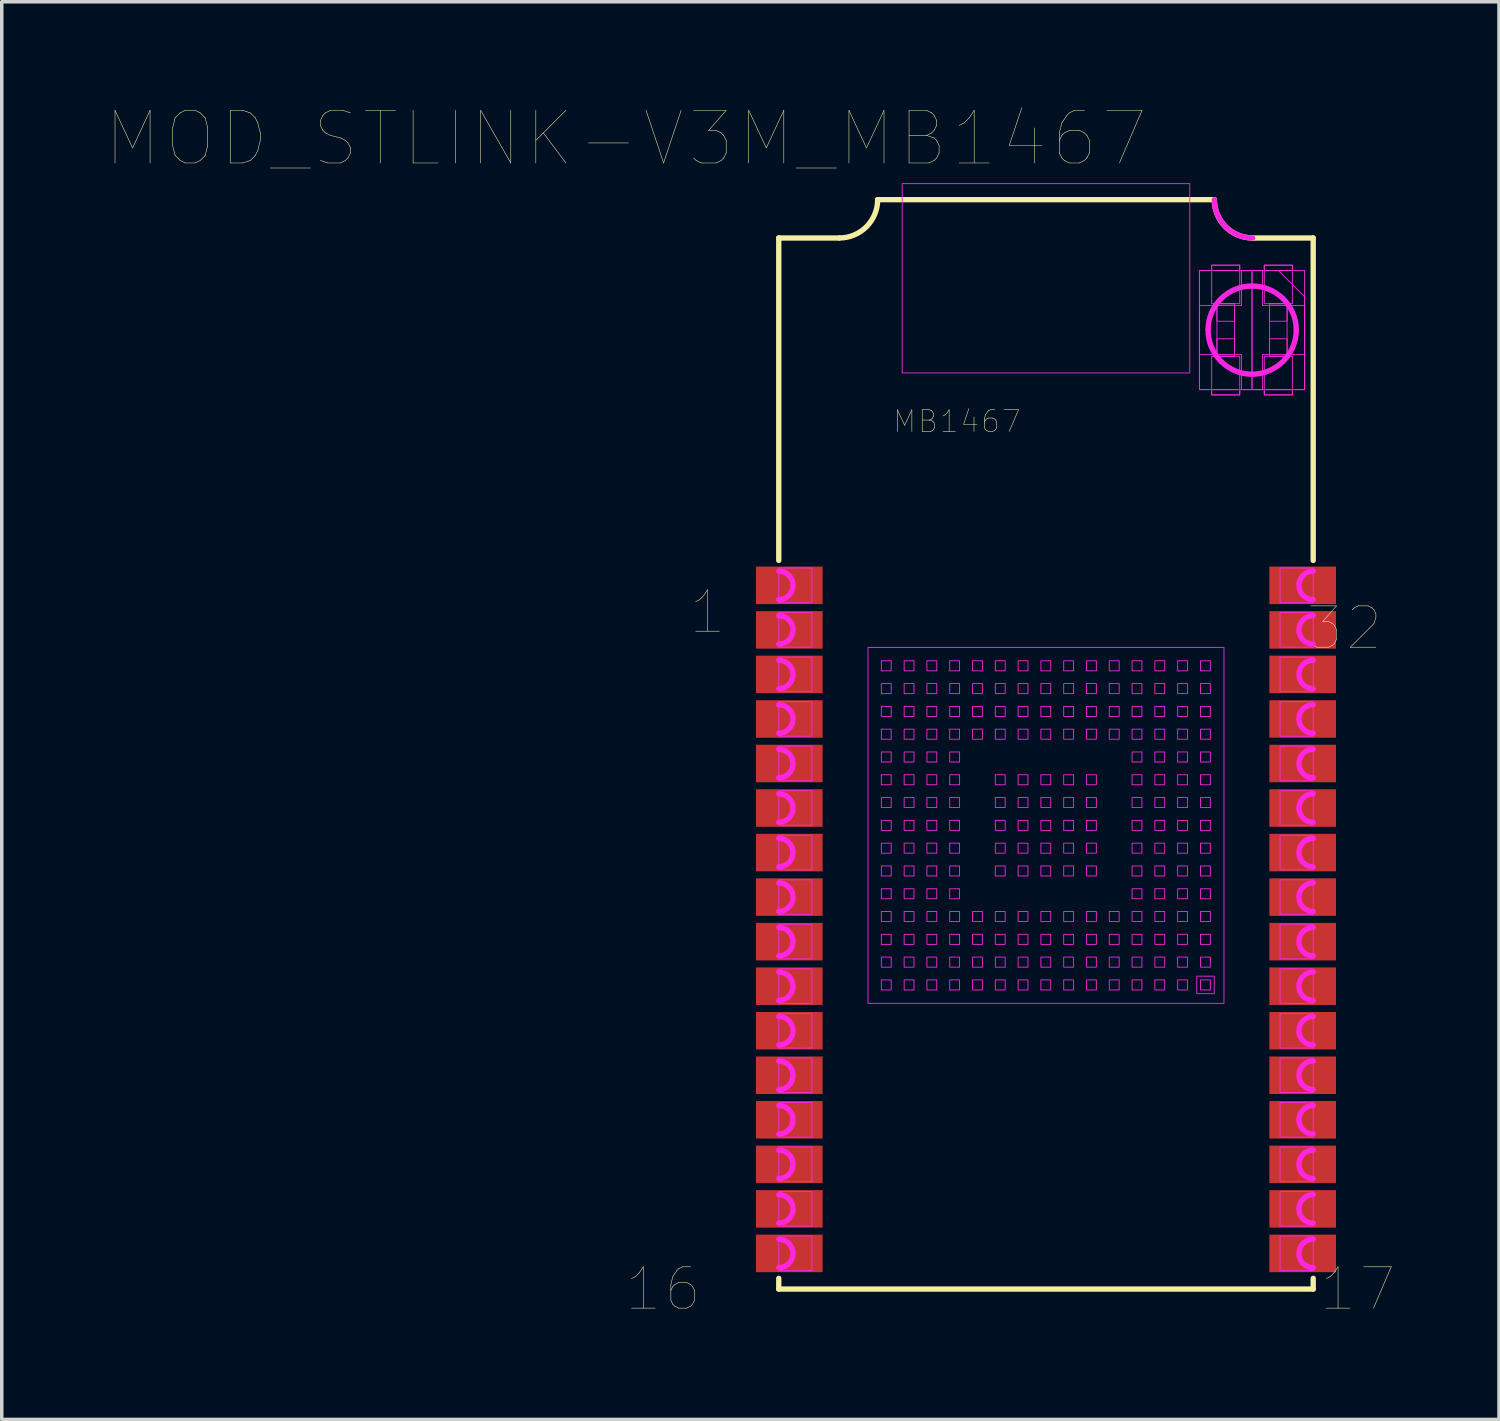
<source format=kicad_pcb>
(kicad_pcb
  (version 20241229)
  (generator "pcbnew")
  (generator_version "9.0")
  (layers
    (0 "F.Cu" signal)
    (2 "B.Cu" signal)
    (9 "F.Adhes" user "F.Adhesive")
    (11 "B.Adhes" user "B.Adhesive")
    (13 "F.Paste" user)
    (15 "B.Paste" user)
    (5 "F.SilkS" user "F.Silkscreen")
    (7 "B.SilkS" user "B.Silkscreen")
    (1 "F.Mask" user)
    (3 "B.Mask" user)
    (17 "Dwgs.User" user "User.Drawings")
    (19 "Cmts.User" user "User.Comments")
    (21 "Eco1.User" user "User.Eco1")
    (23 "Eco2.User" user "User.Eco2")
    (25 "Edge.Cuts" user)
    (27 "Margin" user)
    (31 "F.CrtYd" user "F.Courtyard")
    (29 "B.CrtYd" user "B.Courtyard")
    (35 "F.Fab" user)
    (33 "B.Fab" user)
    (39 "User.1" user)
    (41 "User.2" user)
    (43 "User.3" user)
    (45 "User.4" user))
  (footprint "MOD_STLINK-V3M_MB1467"
    (layer "F.Cu")
    (at 26.777 3.736)
    (property "Reference" "MOD_STLINK-V3M_MB1467" (at -11.976 -2.832 0) (layer "F.SilkS") (effects (font (size 1.5 1.5) (thickness 0.015))))
    (attr through_hole)
    (fp_line (start -7.62 0) (end -5.893 0) (stroke (width 0.152) (type solid)) (layer "F.SilkS"))
    (fp_line (start -7.62 9.195) (end -7.62 0) (stroke (width 0.152) (type solid)) (layer "F.SilkS"))
    (fp_line (start -7.62 29.972) (end -7.62 29.667) (stroke (width 0.152) (type solid)) (layer "F.SilkS"))
    (fp_line (start -7.62 29.972) (end 7.62 29.972) (stroke (width 0.152) (type solid)) (layer "F.SilkS"))
    (fp_line (start -4.801 -1.092) (end 4.801 -1.092) (stroke (width 0.152) (type solid)) (layer "F.SilkS"))
    (fp_line (start 5.893 0) (end 7.62 0) (stroke (width 0.152) (type solid)) (layer "F.SilkS"))
    (fp_line (start 7.62 9.195) (end 7.62 0) (stroke (width 0.152) (type solid)) (layer "F.SilkS"))
    (fp_line (start 7.62 29.972) (end 7.62 29.667) (stroke (width 0.152) (type solid)) (layer "F.SilkS"))
    (fp_arc (start -4.8006 -1.0922) (mid -5.120498 -0.319898) (end -5.8928 0) (stroke (width 0.1524) (type solid)) (layer "F.SilkS"))
    (fp_arc (start 5.8928 0) (mid 5.120498 -0.319898) (end 4.8006 -1.0922) (stroke (width 0.1524) (type solid)) (layer "F.SilkS"))
    (fp_arc (start -7.62 9.4996) (mid -7.2136 9.906) (end -7.62 10.3124) (stroke (width 0.1524) (type solid)) (layer "F.CrtYd"))
    (fp_arc (start -7.62 10.7696) (mid -7.2136 11.176) (end -7.62 11.5824) (stroke (width 0.1524) (type solid)) (layer "F.CrtYd"))
    (fp_arc (start -7.62 12.0396) (mid -7.2136 12.446) (end -7.62 12.8524) (stroke (width 0.1524) (type solid)) (layer "F.CrtYd"))
    (fp_arc (start -7.62 13.3096) (mid -7.2136 13.716) (end -7.62 14.1224) (stroke (width 0.1524) (type solid)) (layer "F.CrtYd"))
    (fp_arc (start -7.62 14.5796) (mid -7.2136 14.986) (end -7.62 15.3924) (stroke (width 0.1524) (type solid)) (layer "F.CrtYd"))
    (fp_arc (start -7.62 15.8496) (mid -7.2136 16.256) (end -7.62 16.6624) (stroke (width 0.1524) (type solid)) (layer "F.CrtYd"))
    (fp_arc (start -7.62 17.1196) (mid -7.2136 17.526) (end -7.62 17.9324) (stroke (width 0.1524) (type solid)) (layer "F.CrtYd"))
    (fp_arc (start -7.62 18.3896) (mid -7.2136 18.796) (end -7.62 19.2024) (stroke (width 0.1524) (type solid)) (layer "F.CrtYd"))
    (fp_arc (start -7.62 19.6596) (mid -7.2136 20.066) (end -7.62 20.4724) (stroke (width 0.1524) (type solid)) (layer "F.CrtYd"))
    (fp_arc (start -7.62 20.9296) (mid -7.2136 21.336) (end -7.62 21.7424) (stroke (width 0.1524) (type solid)) (layer "F.CrtYd"))
    (fp_arc (start -7.62 22.1996) (mid -7.2136 22.606) (end -7.62 23.0124) (stroke (width 0.1524) (type solid)) (layer "F.CrtYd"))
    (fp_arc (start -7.62 23.4696) (mid -7.2136 23.876) (end -7.62 24.2824) (stroke (width 0.1524) (type solid)) (layer "F.CrtYd"))
    (fp_arc (start -7.62 24.7396) (mid -7.2136 25.146) (end -7.62 25.5524) (stroke (width 0.1524) (type solid)) (layer "F.CrtYd"))
    (fp_arc (start -7.62 26.0096) (mid -7.2136 26.416) (end -7.62 26.8224) (stroke (width 0.1524) (type solid)) (layer "F.CrtYd"))
    (fp_arc (start -7.62 27.2796) (mid -7.2136 27.686) (end -7.62 28.0924) (stroke (width 0.1524) (type solid)) (layer "F.CrtYd"))
    (fp_arc (start -7.62 28.5496) (mid -7.2136 28.956) (end -7.62 29.3624) (stroke (width 0.1524) (type solid)) (layer "F.CrtYd"))
    (fp_arc (start 4.6228 2.6162) (mid 4.987335 1.736135) (end 5.8674 1.3716) (stroke (width 0.1524) (type solid)) (layer "F.CrtYd"))
    (fp_arc (start 5.8674 1.3716) (mid 6.760165 1.730874) (end 7.1374 2.6162) (stroke (width 0.1524) (type solid)) (layer "F.CrtYd"))
    (fp_arc (start 5.8674 3.8862) (mid 4.982074 3.508965) (end 4.6228 2.6162) (stroke (width 0.1524) (type solid)) (layer "F.CrtYd"))
    (fp_arc (start 5.892799 0) (mid 5.123284 -0.322685) (end 4.8006 -1.0922) (stroke (width 0.1524) (type solid)) (layer "F.CrtYd"))
    (fp_arc (start 7.1374 2.6162) (mid 6.765426 3.514226) (end 5.8674 3.8862) (stroke (width 0.1524) (type solid)) (layer "F.CrtYd"))
    (fp_arc (start 7.62 10.3124) (mid 7.2136 9.906) (end 7.62 9.4996) (stroke (width 0.1524) (type solid)) (layer "F.CrtYd"))
    (fp_arc (start 7.62 11.5824) (mid 7.2136 11.176) (end 7.62 10.7696) (stroke (width 0.1524) (type solid)) (layer "F.CrtYd"))
    (fp_arc (start 7.62 12.8524) (mid 7.2136 12.446) (end 7.62 12.0396) (stroke (width 0.1524) (type solid)) (layer "F.CrtYd"))
    (fp_arc (start 7.62 14.1224) (mid 7.2136 13.716) (end 7.62 13.3096) (stroke (width 0.1524) (type solid)) (layer "F.CrtYd"))
    (fp_arc (start 7.62 15.3924) (mid 7.2136 14.986) (end 7.62 14.5796) (stroke (width 0.1524) (type solid)) (layer "F.CrtYd"))
    (fp_arc (start 7.62 16.6624) (mid 7.2136 16.256) (end 7.62 15.8496) (stroke (width 0.1524) (type solid)) (layer "F.CrtYd"))
    (fp_arc (start 7.62 17.9324) (mid 7.2136 17.526) (end 7.62 17.1196) (stroke (width 0.1524) (type solid)) (layer "F.CrtYd"))
    (fp_arc (start 7.62 19.2024) (mid 7.2136 18.796) (end 7.62 18.3896) (stroke (width 0.1524) (type solid)) (layer "F.CrtYd"))
    (fp_arc (start 7.62 20.4724) (mid 7.2136 20.066) (end 7.62 19.6596) (stroke (width 0.1524) (type solid)) (layer "F.CrtYd"))
    (fp_arc (start 7.62 21.7424) (mid 7.2136 21.336) (end 7.62 20.9296) (stroke (width 0.1524) (type solid)) (layer "F.CrtYd"))
    (fp_arc (start 7.62 23.0124) (mid 7.2136 22.606) (end 7.62 22.1996) (stroke (width 0.1524) (type solid)) (layer "F.CrtYd"))
    (fp_arc (start 7.62 24.2824) (mid 7.2136 23.876) (end 7.62 23.4696) (stroke (width 0.1524) (type solid)) (layer "F.CrtYd"))
    (fp_arc (start 7.62 25.5524) (mid 7.2136 25.146) (end 7.62 24.7396) (stroke (width 0.1524) (type solid)) (layer "F.CrtYd"))
    (fp_arc (start 7.62 26.8224) (mid 7.2136 26.416) (end 7.62 26.0096) (stroke (width 0.1524) (type solid)) (layer "F.CrtYd"))
    (fp_arc (start 7.62 28.0924) (mid 7.2136 27.686) (end 7.62 27.2796) (stroke (width 0.1524) (type solid)) (layer "F.CrtYd"))
    (fp_arc (start 7.62 29.3624) (mid 7.2136 28.956) (end 7.62 28.5496) (stroke (width 0.1524) (type solid)) (layer "F.CrtYd"))
    (fp_poly (pts (xy -5.075 21.825) (xy -5.075 11.675) (xy 5.075 11.675) (xy 5.075 21.825)) (stroke (width 0.025) (type solid)) (fill no) (layer "F.CrtYd"))
    (fp_poly (pts (xy -4.695 12.343) (xy -4.695 12.057) (xy -4.414 12.057) (xy -4.414 12.343)) (stroke (width 0.025) (type solid)) (fill no) (layer "F.CrtYd"))
    (fp_poly (pts (xy -4.695 12.993) (xy -4.695 12.707) (xy -4.414 12.707) (xy -4.414 12.993)) (stroke (width 0.025) (type solid)) (fill no) (layer "F.CrtYd"))
    (fp_poly (pts (xy -4.695 13.643) (xy -4.695 13.357) (xy -4.414 13.357) (xy -4.414 13.643)) (stroke (width 0.025) (type solid)) (fill no) (layer "F.CrtYd"))
    (fp_poly (pts (xy -4.695 14.293) (xy -4.695 14.007) (xy -4.414 14.007) (xy -4.414 14.293)) (stroke (width 0.025) (type solid)) (fill no) (layer "F.CrtYd"))
    (fp_poly (pts (xy -4.695 14.943) (xy -4.695 14.657) (xy -4.414 14.657) (xy -4.414 14.943)) (stroke (width 0.025) (type solid)) (fill no) (layer "F.CrtYd"))
    (fp_poly (pts (xy -4.695 15.593) (xy -4.695 15.307) (xy -4.414 15.307) (xy -4.414 15.593)) (stroke (width 0.025) (type solid)) (fill no) (layer "F.CrtYd"))
    (fp_poly (pts (xy -4.695 16.243) (xy -4.695 15.957) (xy -4.414 15.957) (xy -4.414 16.243)) (stroke (width 0.025) (type solid)) (fill no) (layer "F.CrtYd"))
    (fp_poly (pts (xy -4.695 16.893) (xy -4.695 16.607) (xy -4.414 16.607) (xy -4.414 16.893)) (stroke (width 0.025) (type solid)) (fill no) (layer "F.CrtYd"))
    (fp_poly (pts (xy -4.695 17.543) (xy -4.695 17.257) (xy -4.414 17.257) (xy -4.414 17.543)) (stroke (width 0.025) (type solid)) (fill no) (layer "F.CrtYd"))
    (fp_poly (pts (xy -4.695 18.193) (xy -4.695 17.907) (xy -4.414 17.907) (xy -4.414 18.193)) (stroke (width 0.025) (type solid)) (fill no) (layer "F.CrtYd"))
    (fp_poly (pts (xy -4.695 18.843) (xy -4.695 18.557) (xy -4.414 18.557) (xy -4.414 18.843)) (stroke (width 0.025) (type solid)) (fill no) (layer "F.CrtYd"))
    (fp_poly (pts (xy -4.695 19.493) (xy -4.695 19.207) (xy -4.414 19.207) (xy -4.414 19.493)) (stroke (width 0.025) (type solid)) (fill no) (layer "F.CrtYd"))
    (fp_poly (pts (xy -4.695 20.143) (xy -4.695 19.857) (xy -4.414 19.857) (xy -4.414 20.143)) (stroke (width 0.025) (type solid)) (fill no) (layer "F.CrtYd"))
    (fp_poly (pts (xy -4.695 20.793) (xy -4.695 20.507) (xy -4.414 20.507) (xy -4.414 20.793)) (stroke (width 0.025) (type solid)) (fill no) (layer "F.CrtYd"))
    (fp_poly (pts (xy -4.695 21.443) (xy -4.695 21.157) (xy -4.414 21.157) (xy -4.414 21.443)) (stroke (width 0.025) (type solid)) (fill no) (layer "F.CrtYd"))
    (fp_poly (pts (xy -4.1 3.85) (xy -4.1 -1.55) (xy 4.1 -1.55) (xy 4.1 3.85)) (stroke (width 0.025) (type solid)) (fill no) (layer "F.CrtYd"))
    (fp_poly (pts (xy -4.045 12.343) (xy -4.045 12.057) (xy -3.764 12.057) (xy -3.764 12.343)) (stroke (width 0.025) (type solid)) (fill no) (layer "F.CrtYd"))
    (fp_poly (pts (xy -4.045 12.993) (xy -4.045 12.707) (xy -3.764 12.707) (xy -3.764 12.993)) (stroke (width 0.025) (type solid)) (fill no) (layer "F.CrtYd"))
    (fp_poly (pts (xy -4.045 13.643) (xy -4.045 13.357) (xy -3.764 13.357) (xy -3.764 13.643)) (stroke (width 0.025) (type solid)) (fill no) (layer "F.CrtYd"))
    (fp_poly (pts (xy -4.045 14.293) (xy -4.045 14.007) (xy -3.764 14.007) (xy -3.764 14.293)) (stroke (width 0.025) (type solid)) (fill no) (layer "F.CrtYd"))
    (fp_poly (pts (xy -4.045 14.943) (xy -4.045 14.657) (xy -3.764 14.657) (xy -3.764 14.943)) (stroke (width 0.025) (type solid)) (fill no) (layer "F.CrtYd"))
    (fp_poly (pts (xy -4.045 15.593) (xy -4.045 15.307) (xy -3.764 15.307) (xy -3.764 15.593)) (stroke (width 0.025) (type solid)) (fill no) (layer "F.CrtYd"))
    (fp_poly (pts (xy -4.045 16.243) (xy -4.045 15.957) (xy -3.764 15.957) (xy -3.764 16.243)) (stroke (width 0.025) (type solid)) (fill no) (layer "F.CrtYd"))
    (fp_poly (pts (xy -4.045 16.893) (xy -4.045 16.607) (xy -3.764 16.607) (xy -3.764 16.893)) (stroke (width 0.025) (type solid)) (fill no) (layer "F.CrtYd"))
    (fp_poly (pts (xy -4.045 17.543) (xy -4.045 17.257) (xy -3.764 17.257) (xy -3.764 17.543)) (stroke (width 0.025) (type solid)) (fill no) (layer "F.CrtYd"))
    (fp_poly (pts (xy -4.045 18.193) (xy -4.045 17.907) (xy -3.764 17.907) (xy -3.764 18.193)) (stroke (width 0.025) (type solid)) (fill no) (layer "F.CrtYd"))
    (fp_poly (pts (xy -4.045 18.843) (xy -4.045 18.557) (xy -3.764 18.557) (xy -3.764 18.843)) (stroke (width 0.025) (type solid)) (fill no) (layer "F.CrtYd"))
    (fp_poly (pts (xy -4.045 19.493) (xy -4.045 19.207) (xy -3.764 19.207) (xy -3.764 19.493)) (stroke (width 0.025) (type solid)) (fill no) (layer "F.CrtYd"))
    (fp_poly (pts (xy -4.045 20.143) (xy -4.045 19.857) (xy -3.764 19.857) (xy -3.764 20.143)) (stroke (width 0.025) (type solid)) (fill no) (layer "F.CrtYd"))
    (fp_poly (pts (xy -4.045 20.793) (xy -4.045 20.507) (xy -3.764 20.507) (xy -3.764 20.793)) (stroke (width 0.025) (type solid)) (fill no) (layer "F.CrtYd"))
    (fp_poly (pts (xy -4.045 21.443) (xy -4.045 21.157) (xy -3.764 21.157) (xy -3.764 21.443)) (stroke (width 0.025) (type solid)) (fill no) (layer "F.CrtYd"))
    (fp_poly (pts (xy -3.395 12.343) (xy -3.395 12.057) (xy -3.114 12.057) (xy -3.114 12.343)) (stroke (width 0.025) (type solid)) (fill no) (layer "F.CrtYd"))
    (fp_poly (pts (xy -3.395 12.993) (xy -3.395 12.707) (xy -3.114 12.707) (xy -3.114 12.993)) (stroke (width 0.025) (type solid)) (fill no) (layer "F.CrtYd"))
    (fp_poly (pts (xy -3.395 13.643) (xy -3.395 13.357) (xy -3.114 13.357) (xy -3.114 13.643)) (stroke (width 0.025) (type solid)) (fill no) (layer "F.CrtYd"))
    (fp_poly (pts (xy -3.395 14.293) (xy -3.395 14.007) (xy -3.114 14.007) (xy -3.114 14.293)) (stroke (width 0.025) (type solid)) (fill no) (layer "F.CrtYd"))
    (fp_poly (pts (xy -3.395 14.943) (xy -3.395 14.657) (xy -3.114 14.657) (xy -3.114 14.943)) (stroke (width 0.025) (type solid)) (fill no) (layer "F.CrtYd"))
    (fp_poly (pts (xy -3.395 15.593) (xy -3.395 15.307) (xy -3.114 15.307) (xy -3.114 15.593)) (stroke (width 0.025) (type solid)) (fill no) (layer "F.CrtYd"))
    (fp_poly (pts (xy -3.395 16.243) (xy -3.395 15.957) (xy -3.114 15.957) (xy -3.114 16.243)) (stroke (width 0.025) (type solid)) (fill no) (layer "F.CrtYd"))
    (fp_poly (pts (xy -3.395 16.893) (xy -3.395 16.607) (xy -3.114 16.607) (xy -3.114 16.893)) (stroke (width 0.025) (type solid)) (fill no) (layer "F.CrtYd"))
    (fp_poly (pts (xy -3.395 17.543) (xy -3.395 17.257) (xy -3.114 17.257) (xy -3.114 17.543)) (stroke (width 0.025) (type solid)) (fill no) (layer "F.CrtYd"))
    (fp_poly (pts (xy -3.395 18.193) (xy -3.395 17.907) (xy -3.114 17.907) (xy -3.114 18.193)) (stroke (width 0.025) (type solid)) (fill no) (layer "F.CrtYd"))
    (fp_poly (pts (xy -3.395 18.843) (xy -3.395 18.557) (xy -3.114 18.557) (xy -3.114 18.843)) (stroke (width 0.025) (type solid)) (fill no) (layer "F.CrtYd"))
    (fp_poly (pts (xy -3.395 19.493) (xy -3.395 19.207) (xy -3.114 19.207) (xy -3.114 19.493)) (stroke (width 0.025) (type solid)) (fill no) (layer "F.CrtYd"))
    (fp_poly (pts (xy -3.395 20.143) (xy -3.395 19.857) (xy -3.114 19.857) (xy -3.114 20.143)) (stroke (width 0.025) (type solid)) (fill no) (layer "F.CrtYd"))
    (fp_poly (pts (xy -3.395 20.793) (xy -3.395 20.507) (xy -3.114 20.507) (xy -3.114 20.793)) (stroke (width 0.025) (type solid)) (fill no) (layer "F.CrtYd"))
    (fp_poly (pts (xy -3.395 21.443) (xy -3.395 21.157) (xy -3.114 21.157) (xy -3.114 21.443)) (stroke (width 0.025) (type solid)) (fill no) (layer "F.CrtYd"))
    (fp_poly (pts (xy -2.745 12.343) (xy -2.745 12.057) (xy -2.464 12.057) (xy -2.464 12.343)) (stroke (width 0.025) (type solid)) (fill no) (layer "F.CrtYd"))
    (fp_poly (pts (xy -2.745 12.993) (xy -2.745 12.707) (xy -2.464 12.707) (xy -2.464 12.993)) (stroke (width 0.025) (type solid)) (fill no) (layer "F.CrtYd"))
    (fp_poly (pts (xy -2.745 13.643) (xy -2.745 13.357) (xy -2.464 13.357) (xy -2.464 13.643)) (stroke (width 0.025) (type solid)) (fill no) (layer "F.CrtYd"))
    (fp_poly (pts (xy -2.745 14.293) (xy -2.745 14.007) (xy -2.464 14.007) (xy -2.464 14.293)) (stroke (width 0.025) (type solid)) (fill no) (layer "F.CrtYd"))
    (fp_poly (pts (xy -2.745 14.943) (xy -2.745 14.657) (xy -2.464 14.657) (xy -2.464 14.943)) (stroke (width 0.025) (type solid)) (fill no) (layer "F.CrtYd"))
    (fp_poly (pts (xy -2.745 15.593) (xy -2.745 15.307) (xy -2.464 15.307) (xy -2.464 15.593)) (stroke (width 0.025) (type solid)) (fill no) (layer "F.CrtYd"))
    (fp_poly (pts (xy -2.745 16.243) (xy -2.745 15.957) (xy -2.464 15.957) (xy -2.464 16.243)) (stroke (width 0.025) (type solid)) (fill no) (layer "F.CrtYd"))
    (fp_poly (pts (xy -2.745 16.893) (xy -2.745 16.607) (xy -2.464 16.607) (xy -2.464 16.893)) (stroke (width 0.025) (type solid)) (fill no) (layer "F.CrtYd"))
    (fp_poly (pts (xy -2.745 17.543) (xy -2.745 17.257) (xy -2.464 17.257) (xy -2.464 17.543)) (stroke (width 0.025) (type solid)) (fill no) (layer "F.CrtYd"))
    (fp_poly (pts (xy -2.745 18.193) (xy -2.745 17.907) (xy -2.464 17.907) (xy -2.464 18.193)) (stroke (width 0.025) (type solid)) (fill no) (layer "F.CrtYd"))
    (fp_poly (pts (xy -2.745 18.843) (xy -2.745 18.557) (xy -2.464 18.557) (xy -2.464 18.843)) (stroke (width 0.025) (type solid)) (fill no) (layer "F.CrtYd"))
    (fp_poly (pts (xy -2.745 19.493) (xy -2.745 19.207) (xy -2.464 19.207) (xy -2.464 19.493)) (stroke (width 0.025) (type solid)) (fill no) (layer "F.CrtYd"))
    (fp_poly (pts (xy -2.745 20.143) (xy -2.745 19.857) (xy -2.464 19.857) (xy -2.464 20.143)) (stroke (width 0.025) (type solid)) (fill no) (layer "F.CrtYd"))
    (fp_poly (pts (xy -2.745 20.793) (xy -2.745 20.507) (xy -2.464 20.507) (xy -2.464 20.793)) (stroke (width 0.025) (type solid)) (fill no) (layer "F.CrtYd"))
    (fp_poly (pts (xy -2.745 21.443) (xy -2.745 21.157) (xy -2.464 21.157) (xy -2.464 21.443)) (stroke (width 0.025) (type solid)) (fill no) (layer "F.CrtYd"))
    (fp_poly (pts (xy -2.095 12.343) (xy -2.095 12.057) (xy -1.814 12.057) (xy -1.814 12.343)) (stroke (width 0.025) (type solid)) (fill no) (layer "F.CrtYd"))
    (fp_poly (pts (xy -2.095 12.993) (xy -2.095 12.707) (xy -1.814 12.707) (xy -1.814 12.993)) (stroke (width 0.025) (type solid)) (fill no) (layer "F.CrtYd"))
    (fp_poly (pts (xy -2.095 13.643) (xy -2.095 13.357) (xy -1.814 13.357) (xy -1.814 13.643)) (stroke (width 0.025) (type solid)) (fill no) (layer "F.CrtYd"))
    (fp_poly (pts (xy -2.095 14.293) (xy -2.095 14.007) (xy -1.814 14.007) (xy -1.814 14.293)) (stroke (width 0.025) (type solid)) (fill no) (layer "F.CrtYd"))
    (fp_poly (pts (xy -2.095 19.493) (xy -2.095 19.207) (xy -1.814 19.207) (xy -1.814 19.493)) (stroke (width 0.025) (type solid)) (fill no) (layer "F.CrtYd"))
    (fp_poly (pts (xy -2.095 20.143) (xy -2.095 19.857) (xy -1.814 19.857) (xy -1.814 20.143)) (stroke (width 0.025) (type solid)) (fill no) (layer "F.CrtYd"))
    (fp_poly (pts (xy -2.095 20.793) (xy -2.095 20.507) (xy -1.814 20.507) (xy -1.814 20.793)) (stroke (width 0.025) (type solid)) (fill no) (layer "F.CrtYd"))
    (fp_poly (pts (xy -2.095 21.443) (xy -2.095 21.157) (xy -1.814 21.157) (xy -1.814 21.443)) (stroke (width 0.025) (type solid)) (fill no) (layer "F.CrtYd"))
    (fp_poly (pts (xy -1.445 12.343) (xy -1.445 12.057) (xy -1.164 12.057) (xy -1.164 12.343)) (stroke (width 0.025) (type solid)) (fill no) (layer "F.CrtYd"))
    (fp_poly (pts (xy -1.445 12.993) (xy -1.445 12.707) (xy -1.164 12.707) (xy -1.164 12.993)) (stroke (width 0.025) (type solid)) (fill no) (layer "F.CrtYd"))
    (fp_poly (pts (xy -1.445 13.643) (xy -1.445 13.357) (xy -1.164 13.357) (xy -1.164 13.643)) (stroke (width 0.025) (type solid)) (fill no) (layer "F.CrtYd"))
    (fp_poly (pts (xy -1.445 14.293) (xy -1.445 14.007) (xy -1.164 14.007) (xy -1.164 14.293)) (stroke (width 0.025) (type solid)) (fill no) (layer "F.CrtYd"))
    (fp_poly (pts (xy -1.445 15.593) (xy -1.445 15.307) (xy -1.164 15.307) (xy -1.164 15.593)) (stroke (width 0.025) (type solid)) (fill no) (layer "F.CrtYd"))
    (fp_poly (pts (xy -1.445 16.243) (xy -1.445 15.957) (xy -1.164 15.957) (xy -1.164 16.243)) (stroke (width 0.025) (type solid)) (fill no) (layer "F.CrtYd"))
    (fp_poly (pts (xy -1.445 16.893) (xy -1.445 16.607) (xy -1.164 16.607) (xy -1.164 16.893)) (stroke (width 0.025) (type solid)) (fill no) (layer "F.CrtYd"))
    (fp_poly (pts (xy -1.445 17.543) (xy -1.445 17.257) (xy -1.164 17.257) (xy -1.164 17.543)) (stroke (width 0.025) (type solid)) (fill no) (layer "F.CrtYd"))
    (fp_poly (pts (xy -1.445 18.193) (xy -1.445 17.907) (xy -1.164 17.907) (xy -1.164 18.193)) (stroke (width 0.025) (type solid)) (fill no) (layer "F.CrtYd"))
    (fp_poly (pts (xy -1.445 19.493) (xy -1.445 19.207) (xy -1.164 19.207) (xy -1.164 19.493)) (stroke (width 0.025) (type solid)) (fill no) (layer "F.CrtYd"))
    (fp_poly (pts (xy -1.445 20.143) (xy -1.445 19.857) (xy -1.164 19.857) (xy -1.164 20.143)) (stroke (width 0.025) (type solid)) (fill no) (layer "F.CrtYd"))
    (fp_poly (pts (xy -1.445 20.793) (xy -1.445 20.507) (xy -1.164 20.507) (xy -1.164 20.793)) (stroke (width 0.025) (type solid)) (fill no) (layer "F.CrtYd"))
    (fp_poly (pts (xy -1.445 21.443) (xy -1.445 21.157) (xy -1.164 21.157) (xy -1.164 21.443)) (stroke (width 0.025) (type solid)) (fill no) (layer "F.CrtYd"))
    (fp_poly (pts (xy -0.795 12.343) (xy -0.795 12.057) (xy -0.514 12.057) (xy -0.514 12.343)) (stroke (width 0.025) (type solid)) (fill no) (layer "F.CrtYd"))
    (fp_poly (pts (xy -0.795 12.993) (xy -0.795 12.707) (xy -0.514 12.707) (xy -0.514 12.993)) (stroke (width 0.025) (type solid)) (fill no) (layer "F.CrtYd"))
    (fp_poly (pts (xy -0.795 13.643) (xy -0.795 13.357) (xy -0.514 13.357) (xy -0.514 13.643)) (stroke (width 0.025) (type solid)) (fill no) (layer "F.CrtYd"))
    (fp_poly (pts (xy -0.795 14.293) (xy -0.795 14.007) (xy -0.514 14.007) (xy -0.514 14.293)) (stroke (width 0.025) (type solid)) (fill no) (layer "F.CrtYd"))
    (fp_poly (pts (xy -0.795 15.593) (xy -0.795 15.307) (xy -0.514 15.307) (xy -0.514 15.593)) (stroke (width 0.025) (type solid)) (fill no) (layer "F.CrtYd"))
    (fp_poly (pts (xy -0.795 16.243) (xy -0.795 15.957) (xy -0.514 15.957) (xy -0.514 16.243)) (stroke (width 0.025) (type solid)) (fill no) (layer "F.CrtYd"))
    (fp_poly (pts (xy -0.795 16.893) (xy -0.795 16.607) (xy -0.514 16.607) (xy -0.514 16.893)) (stroke (width 0.025) (type solid)) (fill no) (layer "F.CrtYd"))
    (fp_poly (pts (xy -0.795 17.543) (xy -0.795 17.257) (xy -0.514 17.257) (xy -0.514 17.543)) (stroke (width 0.025) (type solid)) (fill no) (layer "F.CrtYd"))
    (fp_poly (pts (xy -0.795 18.193) (xy -0.795 17.907) (xy -0.514 17.907) (xy -0.514 18.193)) (stroke (width 0.025) (type solid)) (fill no) (layer "F.CrtYd"))
    (fp_poly (pts (xy -0.795 19.493) (xy -0.795 19.207) (xy -0.514 19.207) (xy -0.514 19.493)) (stroke (width 0.025) (type solid)) (fill no) (layer "F.CrtYd"))
    (fp_poly (pts (xy -0.795 20.143) (xy -0.795 19.857) (xy -0.514 19.857) (xy -0.514 20.143)) (stroke (width 0.025) (type solid)) (fill no) (layer "F.CrtYd"))
    (fp_poly (pts (xy -0.795 20.793) (xy -0.795 20.507) (xy -0.514 20.507) (xy -0.514 20.793)) (stroke (width 0.025) (type solid)) (fill no) (layer "F.CrtYd"))
    (fp_poly (pts (xy -0.795 21.443) (xy -0.795 21.157) (xy -0.514 21.157) (xy -0.514 21.443)) (stroke (width 0.025) (type solid)) (fill no) (layer "F.CrtYd"))
    (fp_poly (pts (xy -0.145 12.343) (xy -0.145 12.057) (xy 0.136 12.057) (xy 0.136 12.343)) (stroke (width 0.025) (type solid)) (fill no) (layer "F.CrtYd"))
    (fp_poly (pts (xy -0.145 12.993) (xy -0.145 12.707) (xy 0.136 12.707) (xy 0.136 12.993)) (stroke (width 0.025) (type solid)) (fill no) (layer "F.CrtYd"))
    (fp_poly (pts (xy -0.145 13.643) (xy -0.145 13.357) (xy 0.136 13.357) (xy 0.136 13.643)) (stroke (width 0.025) (type solid)) (fill no) (layer "F.CrtYd"))
    (fp_poly (pts (xy -0.145 14.293) (xy -0.145 14.007) (xy 0.136 14.007) (xy 0.136 14.293)) (stroke (width 0.025) (type solid)) (fill no) (layer "F.CrtYd"))
    (fp_poly (pts (xy -0.145 15.593) (xy -0.145 15.307) (xy 0.136 15.307) (xy 0.136 15.593)) (stroke (width 0.025) (type solid)) (fill no) (layer "F.CrtYd"))
    (fp_poly (pts (xy -0.145 16.243) (xy -0.145 15.957) (xy 0.136 15.957) (xy 0.136 16.243)) (stroke (width 0.025) (type solid)) (fill no) (layer "F.CrtYd"))
    (fp_poly (pts (xy -0.145 16.893) (xy -0.145 16.607) (xy 0.136 16.607) (xy 0.136 16.893)) (stroke (width 0.025) (type solid)) (fill no) (layer "F.CrtYd"))
    (fp_poly (pts (xy -0.145 17.543) (xy -0.145 17.257) (xy 0.136 17.257) (xy 0.136 17.543)) (stroke (width 0.025) (type solid)) (fill no) (layer "F.CrtYd"))
    (fp_poly (pts (xy -0.145 18.193) (xy -0.145 17.907) (xy 0.136 17.907) (xy 0.136 18.193)) (stroke (width 0.025) (type solid)) (fill no) (layer "F.CrtYd"))
    (fp_poly (pts (xy -0.145 19.493) (xy -0.145 19.207) (xy 0.136 19.207) (xy 0.136 19.493)) (stroke (width 0.025) (type solid)) (fill no) (layer "F.CrtYd"))
    (fp_poly (pts (xy -0.145 20.143) (xy -0.145 19.857) (xy 0.136 19.857) (xy 0.136 20.143)) (stroke (width 0.025) (type solid)) (fill no) (layer "F.CrtYd"))
    (fp_poly (pts (xy -0.145 20.793) (xy -0.145 20.507) (xy 0.136 20.507) (xy 0.136 20.793)) (stroke (width 0.025) (type solid)) (fill no) (layer "F.CrtYd"))
    (fp_poly (pts (xy -0.145 21.443) (xy -0.145 21.157) (xy 0.136 21.157) (xy 0.136 21.443)) (stroke (width 0.025) (type solid)) (fill no) (layer "F.CrtYd"))
    (fp_poly (pts (xy 0.505 12.343) (xy 0.505 12.057) (xy 0.786 12.057) (xy 0.786 12.343)) (stroke (width 0.025) (type solid)) (fill no) (layer "F.CrtYd"))
    (fp_poly (pts (xy 0.505 12.993) (xy 0.505 12.707) (xy 0.786 12.707) (xy 0.786 12.993)) (stroke (width 0.025) (type solid)) (fill no) (layer "F.CrtYd"))
    (fp_poly (pts (xy 0.505 13.643) (xy 0.505 13.357) (xy 0.786 13.357) (xy 0.786 13.643)) (stroke (width 0.025) (type solid)) (fill no) (layer "F.CrtYd"))
    (fp_poly (pts (xy 0.505 14.293) (xy 0.505 14.007) (xy 0.786 14.007) (xy 0.786 14.293)) (stroke (width 0.025) (type solid)) (fill no) (layer "F.CrtYd"))
    (fp_poly (pts (xy 0.505 15.593) (xy 0.505 15.307) (xy 0.786 15.307) (xy 0.786 15.593)) (stroke (width 0.025) (type solid)) (fill no) (layer "F.CrtYd"))
    (fp_poly (pts (xy 0.505 16.243) (xy 0.505 15.957) (xy 0.786 15.957) (xy 0.786 16.243)) (stroke (width 0.025) (type solid)) (fill no) (layer "F.CrtYd"))
    (fp_poly (pts (xy 0.505 16.893) (xy 0.505 16.607) (xy 0.786 16.607) (xy 0.786 16.893)) (stroke (width 0.025) (type solid)) (fill no) (layer "F.CrtYd"))
    (fp_poly (pts (xy 0.505 17.543) (xy 0.505 17.257) (xy 0.786 17.257) (xy 0.786 17.543)) (stroke (width 0.025) (type solid)) (fill no) (layer "F.CrtYd"))
    (fp_poly (pts (xy 0.505 18.193) (xy 0.505 17.907) (xy 0.786 17.907) (xy 0.786 18.193)) (stroke (width 0.025) (type solid)) (fill no) (layer "F.CrtYd"))
    (fp_poly (pts (xy 0.505 19.493) (xy 0.505 19.207) (xy 0.786 19.207) (xy 0.786 19.493)) (stroke (width 0.025) (type solid)) (fill no) (layer "F.CrtYd"))
    (fp_poly (pts (xy 0.505 20.143) (xy 0.505 19.857) (xy 0.786 19.857) (xy 0.786 20.143)) (stroke (width 0.025) (type solid)) (fill no) (layer "F.CrtYd"))
    (fp_poly (pts (xy 0.505 20.793) (xy 0.505 20.507) (xy 0.786 20.507) (xy 0.786 20.793)) (stroke (width 0.025) (type solid)) (fill no) (layer "F.CrtYd"))
    (fp_poly (pts (xy 0.505 21.443) (xy 0.505 21.157) (xy 0.786 21.157) (xy 0.786 21.443)) (stroke (width 0.025) (type solid)) (fill no) (layer "F.CrtYd"))
    (fp_poly (pts (xy 1.155 12.343) (xy 1.155 12.057) (xy 1.436 12.057) (xy 1.436 12.343)) (stroke (width 0.025) (type solid)) (fill no) (layer "F.CrtYd"))
    (fp_poly (pts (xy 1.155 12.993) (xy 1.155 12.707) (xy 1.436 12.707) (xy 1.436 12.993)) (stroke (width 0.025) (type solid)) (fill no) (layer "F.CrtYd"))
    (fp_poly (pts (xy 1.155 13.643) (xy 1.155 13.357) (xy 1.436 13.357) (xy 1.436 13.643)) (stroke (width 0.025) (type solid)) (fill no) (layer "F.CrtYd"))
    (fp_poly (pts (xy 1.155 14.293) (xy 1.155 14.007) (xy 1.436 14.007) (xy 1.436 14.293)) (stroke (width 0.025) (type solid)) (fill no) (layer "F.CrtYd"))
    (fp_poly (pts (xy 1.155 15.593) (xy 1.155 15.307) (xy 1.436 15.307) (xy 1.436 15.593)) (stroke (width 0.025) (type solid)) (fill no) (layer "F.CrtYd"))
    (fp_poly (pts (xy 1.155 16.243) (xy 1.155 15.957) (xy 1.436 15.957) (xy 1.436 16.243)) (stroke (width 0.025) (type solid)) (fill no) (layer "F.CrtYd"))
    (fp_poly (pts (xy 1.155 16.893) (xy 1.155 16.607) (xy 1.436 16.607) (xy 1.436 16.893)) (stroke (width 0.025) (type solid)) (fill no) (layer "F.CrtYd"))
    (fp_poly (pts (xy 1.155 17.543) (xy 1.155 17.257) (xy 1.436 17.257) (xy 1.436 17.543)) (stroke (width 0.025) (type solid)) (fill no) (layer "F.CrtYd"))
    (fp_poly (pts (xy 1.155 18.193) (xy 1.155 17.907) (xy 1.436 17.907) (xy 1.436 18.193)) (stroke (width 0.025) (type solid)) (fill no) (layer "F.CrtYd"))
    (fp_poly (pts (xy 1.155 19.493) (xy 1.155 19.207) (xy 1.436 19.207) (xy 1.436 19.493)) (stroke (width 0.025) (type solid)) (fill no) (layer "F.CrtYd"))
    (fp_poly (pts (xy 1.155 20.143) (xy 1.155 19.857) (xy 1.436 19.857) (xy 1.436 20.143)) (stroke (width 0.025) (type solid)) (fill no) (layer "F.CrtYd"))
    (fp_poly (pts (xy 1.155 20.793) (xy 1.155 20.507) (xy 1.436 20.507) (xy 1.436 20.793)) (stroke (width 0.025) (type solid)) (fill no) (layer "F.CrtYd"))
    (fp_poly (pts (xy 1.155 21.443) (xy 1.155 21.157) (xy 1.436 21.157) (xy 1.436 21.443)) (stroke (width 0.025) (type solid)) (fill no) (layer "F.CrtYd"))
    (fp_poly (pts (xy 1.805 12.343) (xy 1.805 12.057) (xy 2.086 12.057) (xy 2.086 12.343)) (stroke (width 0.025) (type solid)) (fill no) (layer "F.CrtYd"))
    (fp_poly (pts (xy 1.805 12.993) (xy 1.805 12.707) (xy 2.086 12.707) (xy 2.086 12.993)) (stroke (width 0.025) (type solid)) (fill no) (layer "F.CrtYd"))
    (fp_poly (pts (xy 1.805 13.643) (xy 1.805 13.357) (xy 2.086 13.357) (xy 2.086 13.643)) (stroke (width 0.025) (type solid)) (fill no) (layer "F.CrtYd"))
    (fp_poly (pts (xy 1.805 14.293) (xy 1.805 14.007) (xy 2.086 14.007) (xy 2.086 14.293)) (stroke (width 0.025) (type solid)) (fill no) (layer "F.CrtYd"))
    (fp_poly (pts (xy 1.805 19.493) (xy 1.805 19.207) (xy 2.086 19.207) (xy 2.086 19.493)) (stroke (width 0.025) (type solid)) (fill no) (layer "F.CrtYd"))
    (fp_poly (pts (xy 1.805 20.143) (xy 1.805 19.857) (xy 2.086 19.857) (xy 2.086 20.143)) (stroke (width 0.025) (type solid)) (fill no) (layer "F.CrtYd"))
    (fp_poly (pts (xy 1.805 20.793) (xy 1.805 20.507) (xy 2.086 20.507) (xy 2.086 20.793)) (stroke (width 0.025) (type solid)) (fill no) (layer "F.CrtYd"))
    (fp_poly (pts (xy 1.805 21.443) (xy 1.805 21.157) (xy 2.086 21.157) (xy 2.086 21.443)) (stroke (width 0.025) (type solid)) (fill no) (layer "F.CrtYd"))
    (fp_poly (pts (xy 2.455 12.343) (xy 2.455 12.057) (xy 2.736 12.057) (xy 2.736 12.343)) (stroke (width 0.025) (type solid)) (fill no) (layer "F.CrtYd"))
    (fp_poly (pts (xy 2.455 12.993) (xy 2.455 12.707) (xy 2.736 12.707) (xy 2.736 12.993)) (stroke (width 0.025) (type solid)) (fill no) (layer "F.CrtYd"))
    (fp_poly (pts (xy 2.455 13.643) (xy 2.455 13.357) (xy 2.736 13.357) (xy 2.736 13.643)) (stroke (width 0.025) (type solid)) (fill no) (layer "F.CrtYd"))
    (fp_poly (pts (xy 2.455 14.293) (xy 2.455 14.007) (xy 2.736 14.007) (xy 2.736 14.293)) (stroke (width 0.025) (type solid)) (fill no) (layer "F.CrtYd"))
    (fp_poly (pts (xy 2.455 14.943) (xy 2.455 14.657) (xy 2.736 14.657) (xy 2.736 14.943)) (stroke (width 0.025) (type solid)) (fill no) (layer "F.CrtYd"))
    (fp_poly (pts (xy 2.455 15.593) (xy 2.455 15.307) (xy 2.736 15.307) (xy 2.736 15.593)) (stroke (width 0.025) (type solid)) (fill no) (layer "F.CrtYd"))
    (fp_poly (pts (xy 2.455 16.243) (xy 2.455 15.957) (xy 2.736 15.957) (xy 2.736 16.243)) (stroke (width 0.025) (type solid)) (fill no) (layer "F.CrtYd"))
    (fp_poly (pts (xy 2.455 16.893) (xy 2.455 16.607) (xy 2.736 16.607) (xy 2.736 16.893)) (stroke (width 0.025) (type solid)) (fill no) (layer "F.CrtYd"))
    (fp_poly (pts (xy 2.455 17.543) (xy 2.455 17.257) (xy 2.736 17.257) (xy 2.736 17.543)) (stroke (width 0.025) (type solid)) (fill no) (layer "F.CrtYd"))
    (fp_poly (pts (xy 2.455 18.193) (xy 2.455 17.907) (xy 2.736 17.907) (xy 2.736 18.193)) (stroke (width 0.025) (type solid)) (fill no) (layer "F.CrtYd"))
    (fp_poly (pts (xy 2.455 18.843) (xy 2.455 18.557) (xy 2.736 18.557) (xy 2.736 18.843)) (stroke (width 0.025) (type solid)) (fill no) (layer "F.CrtYd"))
    (fp_poly (pts (xy 2.455 19.493) (xy 2.455 19.207) (xy 2.736 19.207) (xy 2.736 19.493)) (stroke (width 0.025) (type solid)) (fill no) (layer "F.CrtYd"))
    (fp_poly (pts (xy 2.455 20.143) (xy 2.455 19.857) (xy 2.736 19.857) (xy 2.736 20.143)) (stroke (width 0.025) (type solid)) (fill no) (layer "F.CrtYd"))
    (fp_poly (pts (xy 2.455 20.793) (xy 2.455 20.507) (xy 2.736 20.507) (xy 2.736 20.793)) (stroke (width 0.025) (type solid)) (fill no) (layer "F.CrtYd"))
    (fp_poly (pts (xy 2.455 21.443) (xy 2.455 21.157) (xy 2.736 21.157) (xy 2.736 21.443)) (stroke (width 0.025) (type solid)) (fill no) (layer "F.CrtYd"))
    (fp_poly (pts (xy 3.105 12.343) (xy 3.105 12.057) (xy 3.386 12.057) (xy 3.386 12.343)) (stroke (width 0.025) (type solid)) (fill no) (layer "F.CrtYd"))
    (fp_poly (pts (xy 3.105 12.993) (xy 3.105 12.707) (xy 3.386 12.707) (xy 3.386 12.993)) (stroke (width 0.025) (type solid)) (fill no) (layer "F.CrtYd"))
    (fp_poly (pts (xy 3.105 13.643) (xy 3.105 13.357) (xy 3.386 13.357) (xy 3.386 13.643)) (stroke (width 0.025) (type solid)) (fill no) (layer "F.CrtYd"))
    (fp_poly (pts (xy 3.105 14.293) (xy 3.105 14.007) (xy 3.386 14.007) (xy 3.386 14.293)) (stroke (width 0.025) (type solid)) (fill no) (layer "F.CrtYd"))
    (fp_poly (pts (xy 3.105 14.943) (xy 3.105 14.657) (xy 3.386 14.657) (xy 3.386 14.943)) (stroke (width 0.025) (type solid)) (fill no) (layer "F.CrtYd"))
    (fp_poly (pts (xy 3.105 15.593) (xy 3.105 15.307) (xy 3.386 15.307) (xy 3.386 15.593)) (stroke (width 0.025) (type solid)) (fill no) (layer "F.CrtYd"))
    (fp_poly (pts (xy 3.105 16.243) (xy 3.105 15.957) (xy 3.386 15.957) (xy 3.386 16.243)) (stroke (width 0.025) (type solid)) (fill no) (layer "F.CrtYd"))
    (fp_poly (pts (xy 3.105 16.893) (xy 3.105 16.607) (xy 3.386 16.607) (xy 3.386 16.893)) (stroke (width 0.025) (type solid)) (fill no) (layer "F.CrtYd"))
    (fp_poly (pts (xy 3.105 17.543) (xy 3.105 17.257) (xy 3.386 17.257) (xy 3.386 17.543)) (stroke (width 0.025) (type solid)) (fill no) (layer "F.CrtYd"))
    (fp_poly (pts (xy 3.105 18.193) (xy 3.105 17.907) (xy 3.386 17.907) (xy 3.386 18.193)) (stroke (width 0.025) (type solid)) (fill no) (layer "F.CrtYd"))
    (fp_poly (pts (xy 3.105 18.843) (xy 3.105 18.557) (xy 3.386 18.557) (xy 3.386 18.843)) (stroke (width 0.025) (type solid)) (fill no) (layer "F.CrtYd"))
    (fp_poly (pts (xy 3.105 19.493) (xy 3.105 19.207) (xy 3.386 19.207) (xy 3.386 19.493)) (stroke (width 0.025) (type solid)) (fill no) (layer "F.CrtYd"))
    (fp_poly (pts (xy 3.105 20.143) (xy 3.105 19.857) (xy 3.386 19.857) (xy 3.386 20.143)) (stroke (width 0.025) (type solid)) (fill no) (layer "F.CrtYd"))
    (fp_poly (pts (xy 3.105 20.793) (xy 3.105 20.507) (xy 3.386 20.507) (xy 3.386 20.793)) (stroke (width 0.025) (type solid)) (fill no) (layer "F.CrtYd"))
    (fp_poly (pts (xy 3.105 21.443) (xy 3.105 21.157) (xy 3.386 21.157) (xy 3.386 21.443)) (stroke (width 0.025) (type solid)) (fill no) (layer "F.CrtYd"))
    (fp_poly (pts (xy 3.755 12.343) (xy 3.755 12.057) (xy 4.036 12.057) (xy 4.036 12.343)) (stroke (width 0.025) (type solid)) (fill no) (layer "F.CrtYd"))
    (fp_poly (pts (xy 3.755 12.993) (xy 3.755 12.707) (xy 4.036 12.707) (xy 4.036 12.993)) (stroke (width 0.025) (type solid)) (fill no) (layer "F.CrtYd"))
    (fp_poly (pts (xy 3.755 13.643) (xy 3.755 13.357) (xy 4.036 13.357) (xy 4.036 13.643)) (stroke (width 0.025) (type solid)) (fill no) (layer "F.CrtYd"))
    (fp_poly (pts (xy 3.755 14.293) (xy 3.755 14.007) (xy 4.036 14.007) (xy 4.036 14.293)) (stroke (width 0.025) (type solid)) (fill no) (layer "F.CrtYd"))
    (fp_poly (pts (xy 3.755 14.943) (xy 3.755 14.657) (xy 4.036 14.657) (xy 4.036 14.943)) (stroke (width 0.025) (type solid)) (fill no) (layer "F.CrtYd"))
    (fp_poly (pts (xy 3.755 15.593) (xy 3.755 15.307) (xy 4.036 15.307) (xy 4.036 15.593)) (stroke (width 0.025) (type solid)) (fill no) (layer "F.CrtYd"))
    (fp_poly (pts (xy 3.755 16.243) (xy 3.755 15.957) (xy 4.036 15.957) (xy 4.036 16.243)) (stroke (width 0.025) (type solid)) (fill no) (layer "F.CrtYd"))
    (fp_poly (pts (xy 3.755 16.893) (xy 3.755 16.607) (xy 4.036 16.607) (xy 4.036 16.893)) (stroke (width 0.025) (type solid)) (fill no) (layer "F.CrtYd"))
    (fp_poly (pts (xy 3.755 17.543) (xy 3.755 17.257) (xy 4.036 17.257) (xy 4.036 17.543)) (stroke (width 0.025) (type solid)) (fill no) (layer "F.CrtYd"))
    (fp_poly (pts (xy 3.755 18.193) (xy 3.755 17.907) (xy 4.036 17.907) (xy 4.036 18.193)) (stroke (width 0.025) (type solid)) (fill no) (layer "F.CrtYd"))
    (fp_poly (pts (xy 3.755 18.843) (xy 3.755 18.557) (xy 4.036 18.557) (xy 4.036 18.843)) (stroke (width 0.025) (type solid)) (fill no) (layer "F.CrtYd"))
    (fp_poly (pts (xy 3.755 19.493) (xy 3.755 19.207) (xy 4.036 19.207) (xy 4.036 19.493)) (stroke (width 0.025) (type solid)) (fill no) (layer "F.CrtYd"))
    (fp_poly (pts (xy 3.755 20.143) (xy 3.755 19.857) (xy 4.036 19.857) (xy 4.036 20.143)) (stroke (width 0.025) (type solid)) (fill no) (layer "F.CrtYd"))
    (fp_poly (pts (xy 3.755 20.793) (xy 3.755 20.507) (xy 4.036 20.507) (xy 4.036 20.793)) (stroke (width 0.025) (type solid)) (fill no) (layer "F.CrtYd"))
    (fp_poly (pts (xy 3.755 21.443) (xy 3.755 21.157) (xy 4.036 21.157) (xy 4.036 21.443)) (stroke (width 0.025) (type solid)) (fill no) (layer "F.CrtYd"))
    (fp_poly (pts (xy 4.3 21.55) (xy 4.3 21.05) (xy 4.798 21.05) (xy 4.798 21.55)) (stroke (width 0.025) (type solid)) (fill no) (layer "F.CrtYd"))
    (fp_poly (pts (xy 4.375 4.325) (xy 4.375 0.925) (xy 7.375 0.925) (xy 7.375 4.325)) (stroke (width 0.025) (type solid)) (fill no) (layer "F.CrtYd"))
    (fp_poly (pts (xy 4.405 12.343) (xy 4.405 12.057) (xy 4.686 12.057) (xy 4.686 12.343)) (stroke (width 0.025) (type solid)) (fill no) (layer "F.CrtYd"))
    (fp_poly (pts (xy 4.405 12.993) (xy 4.405 12.707) (xy 4.686 12.707) (xy 4.686 12.993)) (stroke (width 0.025) (type solid)) (fill no) (layer "F.CrtYd"))
    (fp_poly (pts (xy 4.405 13.643) (xy 4.405 13.357) (xy 4.686 13.357) (xy 4.686 13.643)) (stroke (width 0.025) (type solid)) (fill no) (layer "F.CrtYd"))
    (fp_poly (pts (xy 4.405 14.293) (xy 4.405 14.007) (xy 4.686 14.007) (xy 4.686 14.293)) (stroke (width 0.025) (type solid)) (fill no) (layer "F.CrtYd"))
    (fp_poly (pts (xy 4.405 14.943) (xy 4.405 14.657) (xy 4.686 14.657) (xy 4.686 14.943)) (stroke (width 0.025) (type solid)) (fill no) (layer "F.CrtYd"))
    (fp_poly (pts (xy 4.405 15.593) (xy 4.405 15.307) (xy 4.686 15.307) (xy 4.686 15.593)) (stroke (width 0.025) (type solid)) (fill no) (layer "F.CrtYd"))
    (fp_poly (pts (xy 4.405 16.243) (xy 4.405 15.957) (xy 4.686 15.957) (xy 4.686 16.243)) (stroke (width 0.025) (type solid)) (fill no) (layer "F.CrtYd"))
    (fp_poly (pts (xy 4.405 16.893) (xy 4.405 16.607) (xy 4.686 16.607) (xy 4.686 16.893)) (stroke (width 0.025) (type solid)) (fill no) (layer "F.CrtYd"))
    (fp_poly (pts (xy 4.405 17.543) (xy 4.405 17.257) (xy 4.686 17.257) (xy 4.686 17.543)) (stroke (width 0.025) (type solid)) (fill no) (layer "F.CrtYd"))
    (fp_poly (pts (xy 4.405 18.193) (xy 4.405 17.907) (xy 4.686 17.907) (xy 4.686 18.193)) (stroke (width 0.025) (type solid)) (fill no) (layer "F.CrtYd"))
    (fp_poly (pts (xy 4.405 18.843) (xy 4.405 18.557) (xy 4.686 18.557) (xy 4.686 18.843)) (stroke (width 0.025) (type solid)) (fill no) (layer "F.CrtYd"))
    (fp_poly (pts (xy 4.405 19.493) (xy 4.405 19.207) (xy 4.686 19.207) (xy 4.686 19.493)) (stroke (width 0.025) (type solid)) (fill no) (layer "F.CrtYd"))
    (fp_poly (pts (xy 4.405 20.143) (xy 4.405 19.857) (xy 4.686 19.857) (xy 4.686 20.143)) (stroke (width 0.025) (type solid)) (fill no) (layer "F.CrtYd"))
    (fp_poly (pts (xy 4.405 20.793) (xy 4.405 20.507) (xy 4.686 20.507) (xy 4.686 20.793)) (stroke (width 0.025) (type solid)) (fill no) (layer "F.CrtYd"))
    (fp_poly (pts (xy 4.405 21.443) (xy 4.405 21.157) (xy 4.686 21.157) (xy 4.686 21.443)) (stroke (width 0.025) (type solid)) (fill no) (layer "F.CrtYd"))
    (fp_poly (pts (xy 4.725 0.925) (xy 4.725 0.775) (xy 5.525 0.775) (xy 5.525 0.925)) (stroke (width 0.025) (type solid)) (fill no) (layer "F.CrtYd"))
    (fp_poly (pts (xy 4.725 1.875) (xy 4.725 0.775) (xy 5.525 0.775) (xy 5.525 1.875)) (stroke (width 0.025) (type solid)) (fill no) (layer "F.CrtYd"))
    (fp_poly (pts (xy 4.725 4.475) (xy 4.725 3.375) (xy 5.525 3.375) (xy 5.525 4.475)) (stroke (width 0.025) (type solid)) (fill no) (layer "F.CrtYd"))
    (fp_poly (pts (xy 4.725 4.475) (xy 4.725 4.325) (xy 5.525 4.325) (xy 5.525 4.475)) (stroke (width 0.025) (type solid)) (fill no) (layer "F.CrtYd"))
    (fp_poly (pts (xy 4.875 2.375) (xy 4.875 1.875) (xy 5.375 1.875) (xy 5.375 2.375)) (stroke (width 0.025) (type solid)) (fill no) (layer "F.CrtYd"))
    (fp_poly (pts (xy 4.875 3.375) (xy 4.875 1.875) (xy 5.375 1.875) (xy 5.375 3.375)) (stroke (width 0.025) (type solid)) (fill no) (layer "F.CrtYd"))
    (fp_poly (pts (xy 4.875 3.375) (xy 4.875 2.875) (xy 5.375 2.875) (xy 5.375 3.375)) (stroke (width 0.025) (type solid)) (fill no) (layer "F.CrtYd"))
    (fp_poly (pts (xy 6.225 0.925) (xy 6.225 0.775) (xy 7.025 0.775) (xy 7.025 0.925)) (stroke (width 0.025) (type solid)) (fill no) (layer "F.CrtYd"))
    (fp_poly (pts (xy 6.225 1.875) (xy 6.225 0.775) (xy 7.025 0.775) (xy 7.025 1.875)) (stroke (width 0.025) (type solid)) (fill no) (layer "F.CrtYd"))
    (fp_poly (pts (xy 6.225 4.475) (xy 6.225 3.375) (xy 7.025 3.375) (xy 7.025 4.475)) (stroke (width 0.025) (type solid)) (fill no) (layer "F.CrtYd"))
    (fp_poly (pts (xy 6.225 4.475) (xy 6.225 4.325) (xy 7.025 4.325) (xy 7.025 4.475)) (stroke (width 0.025) (type solid)) (fill no) (layer "F.CrtYd"))
    (fp_poly (pts (xy 6.375 2.375) (xy 6.375 1.875) (xy 6.875 1.875) (xy 6.875 2.375)) (stroke (width 0.025) (type solid)) (fill no) (layer "F.CrtYd"))
    (fp_poly (pts (xy 6.375 3.375) (xy 6.375 1.875) (xy 6.875 1.875) (xy 6.875 3.375)) (stroke (width 0.025) (type solid)) (fill no) (layer "F.CrtYd"))
    (fp_poly (pts (xy 6.375 3.375) (xy 6.375 2.875) (xy 6.875 2.875) (xy 6.875 3.375)) (stroke (width 0.025) (type solid)) (fill no) (layer "F.CrtYd"))
    (fp_poly (pts (xy -7.62 9.506) (xy -7.62 9.411) (xy -6.675 9.411) (xy -6.675 10.399) (xy -7.62 10.399)) (stroke (width 0.025) (type solid)) (fill no) (layer "F.CrtYd"))
    (fp_poly (pts (xy -7.62 10.776) (xy -7.62 10.681) (xy -6.675 10.681) (xy -6.675 11.668) (xy -7.62 11.668)) (stroke (width 0.025) (type solid)) (fill no) (layer "F.CrtYd"))
    (fp_poly (pts (xy -7.62 12.046) (xy -7.62 11.951) (xy -6.675 11.951) (xy -6.675 12.938) (xy -7.62 12.938)) (stroke (width 0.025) (type solid)) (fill no) (layer "F.CrtYd"))
    (fp_poly (pts (xy -7.62 13.316) (xy -7.62 13.221) (xy -6.675 13.221) (xy -6.675 14.209) (xy -7.62 14.209)) (stroke (width 0.025) (type solid)) (fill no) (layer "F.CrtYd"))
    (fp_poly (pts (xy -7.62 14.586) (xy -7.62 14.491) (xy -6.675 14.491) (xy -6.675 15.479) (xy -7.62 15.479)) (stroke (width 0.025) (type solid)) (fill no) (layer "F.CrtYd"))
    (fp_poly (pts (xy -7.62 15.856) (xy -7.62 15.761) (xy -6.675 15.761) (xy -6.675 16.748) (xy -7.62 16.748)) (stroke (width 0.025) (type solid)) (fill no) (layer "F.CrtYd"))
    (fp_poly (pts (xy -7.62 17.126) (xy -7.62 17.031) (xy -6.675 17.031) (xy -6.675 18.018) (xy -7.62 18.018)) (stroke (width 0.025) (type solid)) (fill no) (layer "F.CrtYd"))
    (fp_poly (pts (xy -7.62 18.396) (xy -7.62 18.301) (xy -6.675 18.301) (xy -6.675 19.288) (xy -7.62 19.288)) (stroke (width 0.025) (type solid)) (fill no) (layer "F.CrtYd"))
    (fp_poly (pts (xy -7.62 19.666) (xy -7.62 19.571) (xy -6.675 19.571) (xy -6.675 20.558) (xy -7.62 20.558)) (stroke (width 0.025) (type solid)) (fill no) (layer "F.CrtYd"))
    (fp_poly (pts (xy -7.62 20.936) (xy -7.62 20.841) (xy -6.675 20.841) (xy -6.675 21.828) (xy -7.62 21.828)) (stroke (width 0.025) (type solid)) (fill no) (layer "F.CrtYd"))
    (fp_poly (pts (xy -7.62 22.206) (xy -7.62 22.111) (xy -6.675 22.111) (xy -6.675 23.099) (xy -7.62 23.099)) (stroke (width 0.025) (type solid)) (fill no) (layer "F.CrtYd"))
    (fp_poly (pts (xy -7.62 23.476) (xy -7.62 23.381) (xy -6.675 23.381) (xy -6.675 24.369) (xy -7.62 24.369)) (stroke (width 0.025) (type solid)) (fill no) (layer "F.CrtYd"))
    (fp_poly (pts (xy -7.62 24.746) (xy -7.62 24.651) (xy -6.675 24.651) (xy -6.675 25.639) (xy -7.62 25.639)) (stroke (width 0.025) (type solid)) (fill no) (layer "F.CrtYd"))
    (fp_poly (pts (xy -7.62 26.016) (xy -7.62 25.921) (xy -6.675 25.921) (xy -6.675 26.909) (xy -7.62 26.909)) (stroke (width 0.025) (type solid)) (fill no) (layer "F.CrtYd"))
    (fp_poly (pts (xy -7.62 27.286) (xy -7.62 27.191) (xy -6.675 27.191) (xy -6.675 28.178) (xy -7.62 28.178)) (stroke (width 0.025) (type solid)) (fill no) (layer "F.CrtYd"))
    (fp_poly (pts (xy -7.62 28.556) (xy -7.62 28.461) (xy -6.675 28.461) (xy -6.675 29.448) (xy -7.62 29.448)) (stroke (width 0.025) (type solid)) (fill no) (layer "F.CrtYd"))
    (fp_poly (pts (xy 5.875 3.875) (xy 5.875 4.325) (xy 4.375 4.325) (xy 4.375 0.925) (xy 5.875 0.925)) (stroke (width 0.025) (type solid)) (fill no) (layer "F.CrtYd"))
    (fp_poly (pts (xy 7.62 10.306) (xy 7.62 10.399) (xy 6.675 10.399) (xy 6.675 9.411) (xy 7.62 9.411)) (stroke (width 0.025) (type solid)) (fill no) (layer "F.CrtYd"))
    (fp_poly (pts (xy 7.62 11.576) (xy 7.62 11.668) (xy 6.675 11.668) (xy 6.675 10.681) (xy 7.62 10.681)) (stroke (width 0.025) (type solid)) (fill no) (layer "F.CrtYd"))
    (fp_poly (pts (xy 7.62 12.846) (xy 7.62 12.938) (xy 6.675 12.938) (xy 6.675 11.951) (xy 7.62 11.951)) (stroke (width 0.025) (type solid)) (fill no) (layer "F.CrtYd"))
    (fp_poly (pts (xy 7.62 14.116) (xy 7.62 14.209) (xy 6.675 14.209) (xy 6.675 13.221) (xy 7.62 13.221)) (stroke (width 0.025) (type solid)) (fill no) (layer "F.CrtYd"))
    (fp_poly (pts (xy 7.62 15.386) (xy 7.62 15.479) (xy 6.675 15.479) (xy 6.675 14.491) (xy 7.62 14.491)) (stroke (width 0.025) (type solid)) (fill no) (layer "F.CrtYd"))
    (fp_poly (pts (xy 7.62 16.656) (xy 7.62 16.748) (xy 6.675 16.748) (xy 6.675 15.761) (xy 7.62 15.761)) (stroke (width 0.025) (type solid)) (fill no) (layer "F.CrtYd"))
    (fp_poly (pts (xy 7.62 17.926) (xy 7.62 18.018) (xy 6.675 18.018) (xy 6.675 17.031) (xy 7.62 17.031)) (stroke (width 0.025) (type solid)) (fill no) (layer "F.CrtYd"))
    (fp_poly (pts (xy 7.62 19.196) (xy 7.62 19.288) (xy 6.675 19.288) (xy 6.675 18.301) (xy 7.62 18.301)) (stroke (width 0.025) (type solid)) (fill no) (layer "F.CrtYd"))
    (fp_poly (pts (xy 7.62 20.466) (xy 7.62 20.558) (xy 6.675 20.558) (xy 6.675 19.571) (xy 7.62 19.571)) (stroke (width 0.025) (type solid)) (fill no) (layer "F.CrtYd"))
    (fp_poly (pts (xy 7.62 21.736) (xy 7.62 21.828) (xy 6.675 21.828) (xy 6.675 20.841) (xy 7.62 20.841)) (stroke (width 0.025) (type solid)) (fill no) (layer "F.CrtYd"))
    (fp_poly (pts (xy 7.62 23.006) (xy 7.62 23.099) (xy 6.675 23.099) (xy 6.675 22.111) (xy 7.62 22.111)) (stroke (width 0.025) (type solid)) (fill no) (layer "F.CrtYd"))
    (fp_poly (pts (xy 7.62 24.276) (xy 7.62 24.369) (xy 6.675 24.369) (xy 6.675 23.381) (xy 7.62 23.381)) (stroke (width 0.025) (type solid)) (fill no) (layer "F.CrtYd"))
    (fp_poly (pts (xy 7.62 25.546) (xy 7.62 25.639) (xy 6.675 25.639) (xy 6.675 24.651) (xy 7.62 24.651)) (stroke (width 0.025) (type solid)) (fill no) (layer "F.CrtYd"))
    (fp_poly (pts (xy 7.62 26.816) (xy 7.62 26.909) (xy 6.675 26.909) (xy 6.675 25.921) (xy 7.62 25.921)) (stroke (width 0.025) (type solid)) (fill no) (layer "F.CrtYd"))
    (fp_poly (pts (xy 7.62 28.086) (xy 7.62 28.178) (xy 6.675 28.178) (xy 6.675 27.191) (xy 7.62 27.191)) (stroke (width 0.025) (type solid)) (fill no) (layer "F.CrtYd"))
    (fp_poly (pts (xy 7.62 29.356) (xy 7.62 29.448) (xy 6.675 29.448) (xy 6.675 28.461) (xy 7.62 28.461)) (stroke (width 0.025) (type solid)) (fill no) (layer "F.CrtYd"))
    (fp_poly (pts (xy 5.875 1.375) (xy 5.875 0.925) (xy 6.625 0.925) (xy 7.375 1.675) (xy 7.375 4.325) (xy 5.875 4.325)) (stroke (width 0.025) (type solid)) (fill no) (layer "F.CrtYd"))
    (fp_poly (pts (xy 7.375 1.925) (xy 7.375 3.325) (xy 6.175 3.325) (xy 6.175 4.325) (xy 5.575 4.325) (xy 5.575 3.325) (xy 4.375 3.325) (xy 4.375 1.925) (xy 5.575 1.925) (xy 5.575 0.925) (xy 6.175 0.925) (xy 6.175 1.925)) (stroke (width 0.025) (type solid)) (fill no) (layer "F.CrtYd"))
    (fp_text user "1" (at -9.652 10.668 0) (layer "F.SilkS") (effects (font (size 1.18 1.18) (thickness 0.015))))
    (fp_text user "32" (at 8.509 11.125 0) (layer "F.SilkS") (effects (font (size 1.18 1.18) (thickness 0.015))))
    (fp_text user "17" (at 8.89 29.972 0) (layer "F.SilkS") (effects (font (size 1.18 1.18) (thickness 0.015))))
    (fp_text user "MB1467" (at -2.54 5.232 0) (layer "F.SilkS") (effects (font (size 0.62 0.62) (thickness 0.015))))
    (fp_text user "16" (at -10.922 29.972 0) (layer "F.SilkS") (effects (font (size 1.18 1.18) (thickness 0.015))))
    (pad "1" smd rect (at -7.32 9.906) (size 1.9 1.07) (layers "F.Cu" "F.Mask" "F.Paste"))
    (pad "2" smd rect (at -7.32 11.176) (size 1.9 1.07) (layers "F.Cu" "F.Mask" "F.Paste"))
    (pad "3" smd rect (at -7.32 12.446) (size 1.9 1.07) (layers "F.Cu" "F.Mask" "F.Paste"))
    (pad "4" smd rect (at -7.32 13.716) (size 1.9 1.07) (layers "F.Cu" "F.Mask" "F.Paste"))
    (pad "5" smd rect (at -7.32 14.986) (size 1.9 1.07) (layers "F.Cu" "F.Mask" "F.Paste"))
    (pad "6" smd rect (at -7.32 16.256) (size 1.9 1.07) (layers "F.Cu" "F.Mask" "F.Paste"))
    (pad "7" smd rect (at -7.32 17.526) (size 1.9 1.07) (layers "F.Cu" "F.Mask" "F.Paste"))
    (pad "8" smd rect (at -7.32 18.796) (size 1.9 1.07) (layers "F.Cu" "F.Mask" "F.Paste"))
    (pad "9" smd rect (at -7.32 20.066) (size 1.9 1.07) (layers "F.Cu" "F.Mask" "F.Paste"))
    (pad "10" smd rect (at -7.32 21.336) (size 1.9 1.07) (layers "F.Cu" "F.Mask" "F.Paste"))
    (pad "11" smd rect (at -7.32 22.606) (size 1.9 1.07) (layers "F.Cu" "F.Mask" "F.Paste"))
    (pad "12" smd rect (at -7.32 23.876) (size 1.9 1.07) (layers "F.Cu" "F.Mask" "F.Paste"))
    (pad "13" smd rect (at -7.32 25.146) (size 1.9 1.07) (layers "F.Cu" "F.Mask" "F.Paste"))
    (pad "14" smd rect (at -7.32 26.416) (size 1.9 1.07) (layers "F.Cu" "F.Mask" "F.Paste"))
    (pad "15" smd rect (at -7.32 27.686) (size 1.9 1.07) (layers "F.Cu" "F.Mask" "F.Paste"))
    (pad "16" smd rect (at -7.32 28.956) (size 1.9 1.07) (layers "F.Cu" "F.Mask" "F.Paste"))
    (pad "17" smd rect (at 7.32 28.956) (size 1.9 1.07) (layers "F.Cu" "F.Mask" "F.Paste"))
    (pad "18" smd rect (at 7.32 27.686) (size 1.9 1.07) (layers "F.Cu" "F.Mask" "F.Paste"))
    (pad "19" smd rect (at 7.32 26.416) (size 1.9 1.07) (layers "F.Cu" "F.Mask" "F.Paste"))
    (pad "20" smd rect (at 7.32 25.146) (size 1.9 1.07) (layers "F.Cu" "F.Mask" "F.Paste"))
    (pad "21" smd rect (at 7.32 23.876) (size 1.9 1.07) (layers "F.Cu" "F.Mask" "F.Paste"))
    (pad "22" smd rect (at 7.32 22.606) (size 1.9 1.07) (layers "F.Cu" "F.Mask" "F.Paste"))
    (pad "23" smd rect (at 7.32 21.336) (size 1.9 1.07) (layers "F.Cu" "F.Mask" "F.Paste"))
    (pad "24" smd rect (at 7.32 20.066) (size 1.9 1.07) (layers "F.Cu" "F.Mask" "F.Paste"))
    (pad "25" smd rect (at 7.32 18.796) (size 1.9 1.07) (layers "F.Cu" "F.Mask" "F.Paste"))
    (pad "26" smd rect (at 7.32 17.526) (size 1.9 1.07) (layers "F.Cu" "F.Mask" "F.Paste"))
    (pad "27" smd rect (at 7.32 16.256) (size 1.9 1.07) (layers "F.Cu" "F.Mask" "F.Paste"))
    (pad "28" smd rect (at 7.32 14.986) (size 1.9 1.07) (layers "F.Cu" "F.Mask" "F.Paste"))
    (pad "29" smd rect (at 7.32 13.716) (size 1.9 1.07) (layers "F.Cu" "F.Mask" "F.Paste"))
    (pad "30" smd rect (at 7.32 12.446) (size 1.9 1.07) (layers "F.Cu" "F.Mask" "F.Paste"))
    (pad "31" smd rect (at 7.32 11.176) (size 1.9 1.07) (layers "F.Cu" "F.Mask" "F.Paste"))
    (pad "32" smd rect (at 7.32 9.906) (size 1.9 1.07) (layers "F.Cu" "F.Mask" "F.Paste")))
  (gr_rect
    (start -3 -3)
    (end 39.695 37.425)
    (stroke (width 0.1) (type default))
    (fill no)
    (layer "Edge.Cuts")))
</source>
